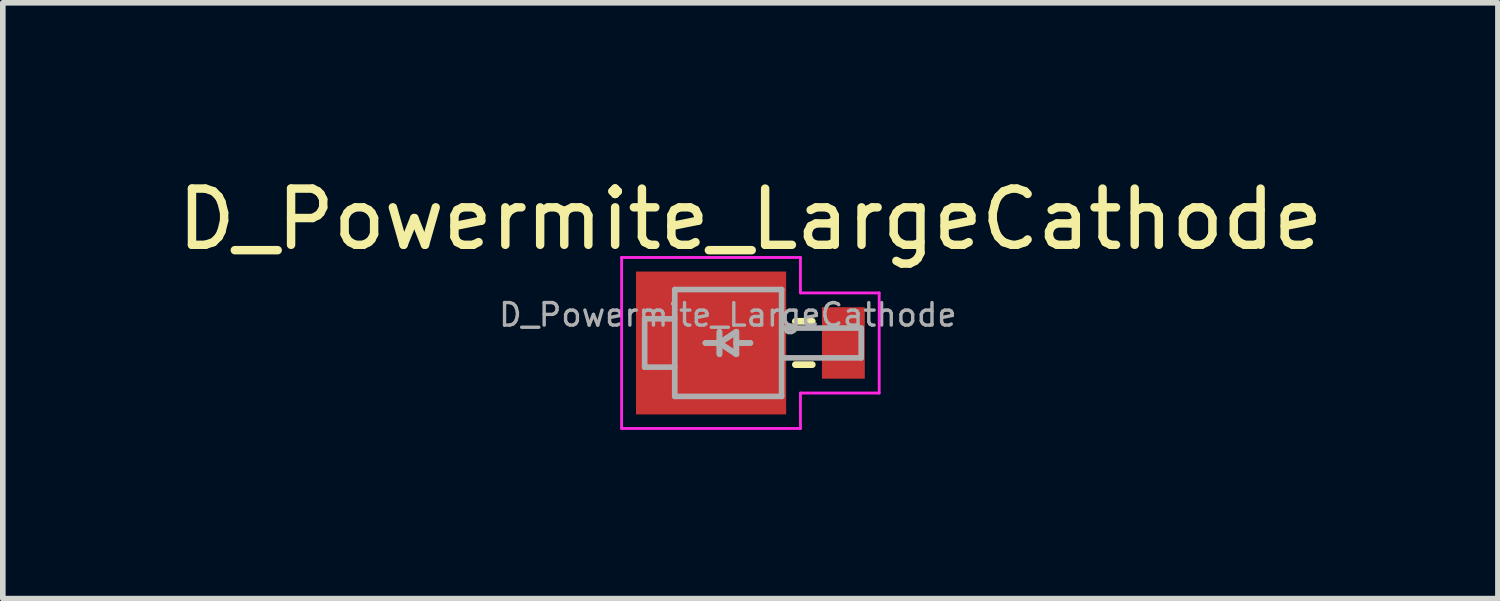
<source format=kicad_pcb>
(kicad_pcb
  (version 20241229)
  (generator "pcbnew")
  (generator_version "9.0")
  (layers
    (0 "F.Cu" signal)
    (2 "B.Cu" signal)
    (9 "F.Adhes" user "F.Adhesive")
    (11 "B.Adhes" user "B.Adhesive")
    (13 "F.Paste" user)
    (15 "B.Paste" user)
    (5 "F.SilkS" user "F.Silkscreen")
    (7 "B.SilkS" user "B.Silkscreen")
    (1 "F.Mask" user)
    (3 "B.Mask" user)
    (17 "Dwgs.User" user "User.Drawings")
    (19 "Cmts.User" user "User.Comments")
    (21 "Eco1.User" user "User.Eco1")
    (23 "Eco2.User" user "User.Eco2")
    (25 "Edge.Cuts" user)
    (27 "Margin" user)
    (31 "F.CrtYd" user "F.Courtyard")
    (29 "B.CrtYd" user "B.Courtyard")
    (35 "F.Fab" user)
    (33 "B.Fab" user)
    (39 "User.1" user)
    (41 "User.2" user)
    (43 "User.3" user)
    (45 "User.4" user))
  (footprint "D_Powermite_LargeCathode"
    (layer "F.Cu")
    (at 10.292 3.048)
    (property "Reference" "D_Powermite_LargeCathode" (at 0 -2.2 0) (layer "F.SilkS") (effects (font (size 1 1) (thickness 0.15))))
    (attr smd)
    (fp_line (start 1.1 -0.385) (end 0.8 -0.385) (stroke (width 0.12) (type solid)) (layer "F.SilkS"))
    (fp_line (start 1.1 0.385) (end 0.8 0.385) (stroke (width 0.12) (type solid)) (layer "F.SilkS"))
    (fp_line (start -2.29 -1.52) (end -2.29 1.52) (stroke (width 0.05) (type solid)) (layer "F.CrtYd"))
    (fp_line (start -2.29 1.52) (end 0.89 1.52) (stroke (width 0.05) (type solid)) (layer "F.CrtYd"))
    (fp_line (start 0.89 -1.52) (end -2.29 -1.52) (stroke (width 0.05) (type solid)) (layer "F.CrtYd"))
    (fp_line (start 0.89 -0.89) (end 0.89 -1.52) (stroke (width 0.05) (type solid)) (layer "F.CrtYd"))
    (fp_line (start 0.89 0.89) (end 2.29 0.89) (stroke (width 0.05) (type solid)) (layer "F.CrtYd"))
    (fp_line (start 0.89 1.52) (end 0.89 0.89) (stroke (width 0.05) (type solid)) (layer "F.CrtYd"))
    (fp_line (start 2.29 -0.89) (end 0.89 -0.89) (stroke (width 0.05) (type solid)) (layer "F.CrtYd"))
    (fp_line (start 2.29 0.89) (end 2.29 -0.89) (stroke (width 0.05) (type solid)) (layer "F.CrtYd"))
    (fp_line (start -1.88 -0.43) (end -1.345 -0.43) (stroke (width 0.1) (type solid)) (layer "F.Fab"))
    (fp_line (start -1.88 0.43) (end -1.88 -0.43) (stroke (width 0.1) (type solid)) (layer "F.Fab"))
    (fp_line (start -1.345 -0.95) (end -1.345 0.95) (stroke (width 0.1) (type solid)) (layer "F.Fab"))
    (fp_line (start -1.345 0.43) (end -1.88 0.43) (stroke (width 0.1) (type solid)) (layer "F.Fab"))
    (fp_line (start -1.345 0.95) (end 0.555 0.95) (stroke (width 0.1) (type solid)) (layer "F.Fab"))
    (fp_line (start -0.55 0) (end -0.8 0) (stroke (width 0.1) (type solid)) (layer "F.Fab"))
    (fp_line (start -0.55 0) (end -0.8 0) (stroke (width 0.1) (type solid)) (layer "F.Fab"))
    (fp_line (start -0.55 0) (end -0.25 0.2) (stroke (width 0.1) (type solid)) (layer "F.Fab"))
    (fp_line (start -0.55 0) (end -0.25 0.2) (stroke (width 0.1) (type solid)) (layer "F.Fab"))
    (fp_line (start -0.55 0.2) (end -0.55 -0.2) (stroke (width 0.1) (type solid)) (layer "F.Fab"))
    (fp_line (start -0.55 0.2) (end -0.55 -0.2) (stroke (width 0.1) (type solid)) (layer "F.Fab"))
    (fp_line (start -0.25 -0.2) (end -0.55 0) (stroke (width 0.1) (type solid)) (layer "F.Fab"))
    (fp_line (start -0.25 -0.2) (end -0.55 0) (stroke (width 0.1) (type solid)) (layer "F.Fab"))
    (fp_line (start -0.25 0) (end 0 0) (stroke (width 0.1) (type solid)) (layer "F.Fab"))
    (fp_line (start -0.25 0) (end 0 0) (stroke (width 0.1) (type solid)) (layer "F.Fab"))
    (fp_line (start -0.25 0.2) (end -0.25 -0.2) (stroke (width 0.1) (type solid)) (layer "F.Fab"))
    (fp_line (start -0.25 0.2) (end -0.25 -0.2) (stroke (width 0.1) (type solid)) (layer "F.Fab"))
    (fp_line (start 0.555 -0.95) (end -1.345 -0.95) (stroke (width 0.1) (type solid)) (layer "F.Fab"))
    (fp_line (start 0.555 0.95) (end 0.555 -0.95) (stroke (width 0.1) (type solid)) (layer "F.Fab"))
    (fp_line (start 1.97 -0.265) (end 0.555 -0.265) (stroke (width 0.1) (type solid)) (layer "F.Fab"))
    (fp_line (start 1.97 0.265) (end 0.555 0.265) (stroke (width 0.1) (type solid)) (layer "F.Fab"))
    (fp_line (start 1.97 0.265) (end 1.97 -0.265) (stroke (width 0.1) (type solid)) (layer "F.Fab"))
    (fp_text user "${REFERENCE}" (at -0.4 -0.5 0) (layer "F.Fab") (effects (font (size 0.4 0.4) (thickness 0.06))))
    (pad "1" smd rect (at -0.699 0) (size 2.67 2.54) (layers "F.Cu" "F.Mask" "F.Paste"))
    (pad "2" smd rect (at 1.653 0) (size 0.762 1.27) (layers "F.Cu" "F.Mask" "F.Paste")))
  (gr_rect
    (start -3 -3)
    (end 23.583 7.593)
    (stroke (width 0.1) (type default))
    (fill no)
    (layer "Edge.Cuts")))
</source>
